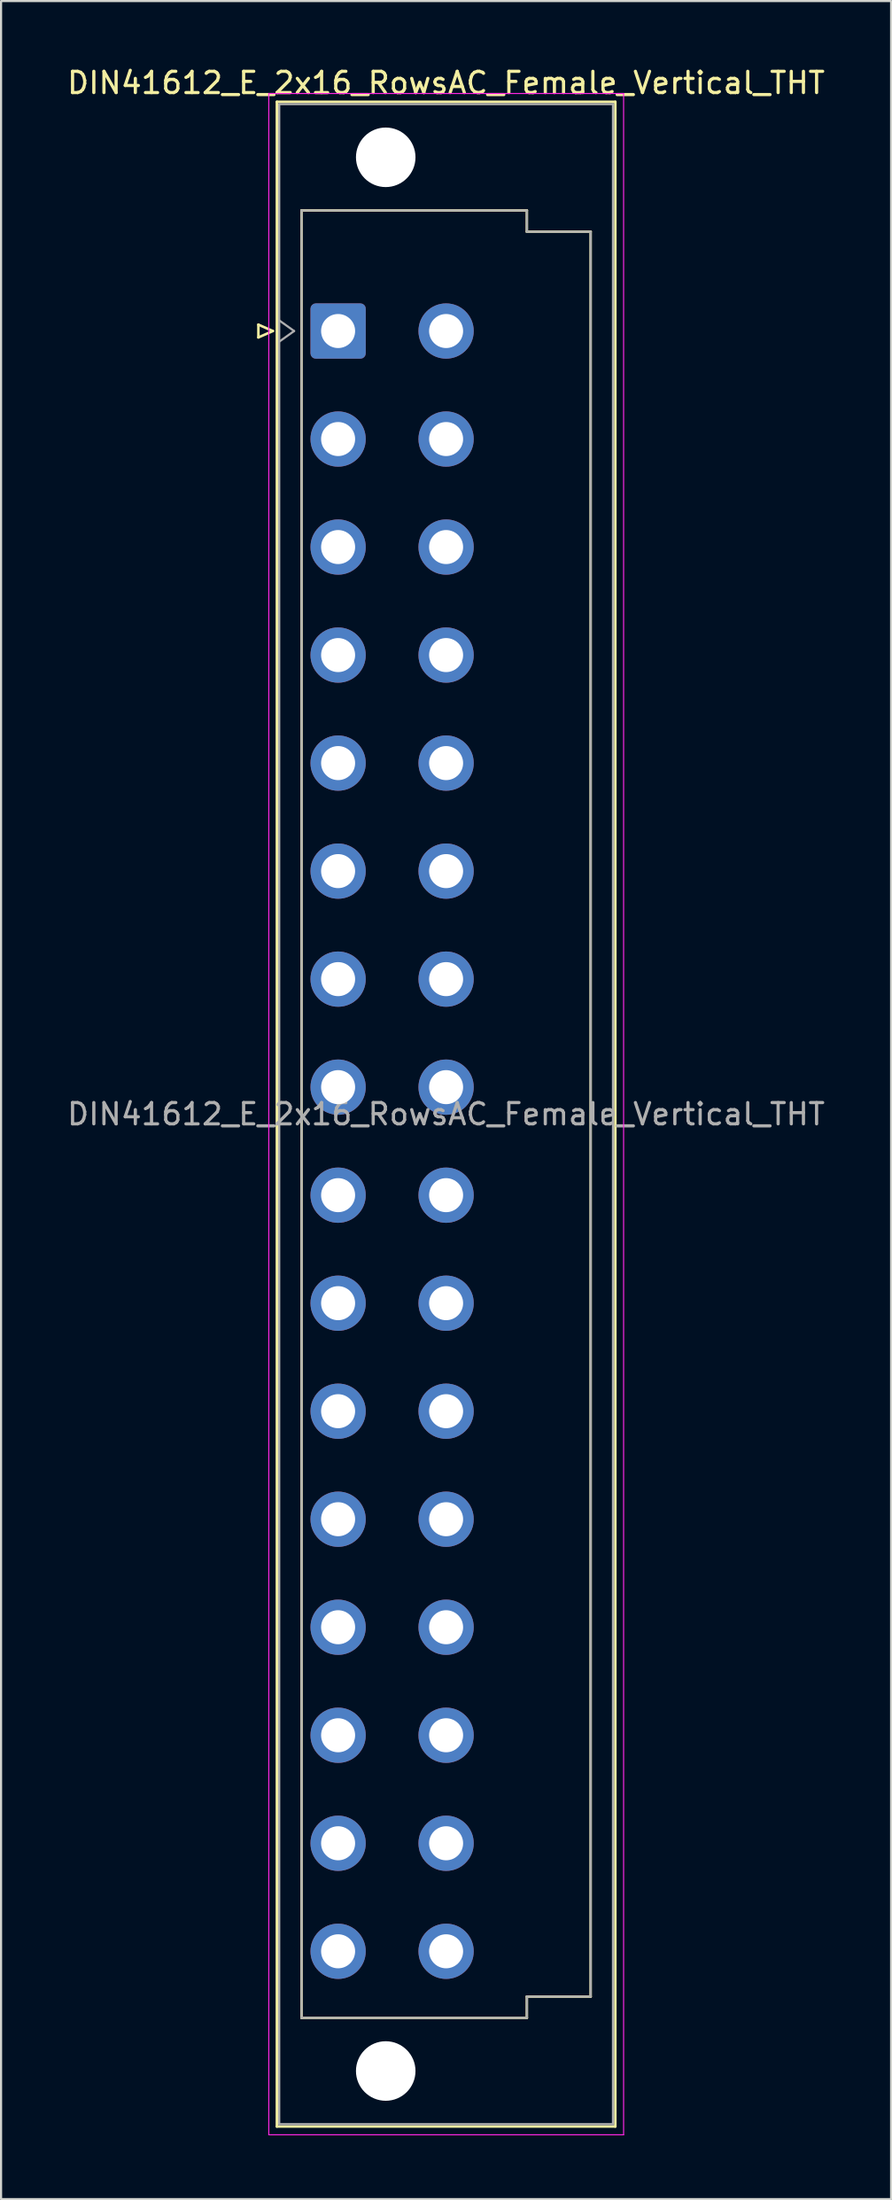
<source format=kicad_pcb>
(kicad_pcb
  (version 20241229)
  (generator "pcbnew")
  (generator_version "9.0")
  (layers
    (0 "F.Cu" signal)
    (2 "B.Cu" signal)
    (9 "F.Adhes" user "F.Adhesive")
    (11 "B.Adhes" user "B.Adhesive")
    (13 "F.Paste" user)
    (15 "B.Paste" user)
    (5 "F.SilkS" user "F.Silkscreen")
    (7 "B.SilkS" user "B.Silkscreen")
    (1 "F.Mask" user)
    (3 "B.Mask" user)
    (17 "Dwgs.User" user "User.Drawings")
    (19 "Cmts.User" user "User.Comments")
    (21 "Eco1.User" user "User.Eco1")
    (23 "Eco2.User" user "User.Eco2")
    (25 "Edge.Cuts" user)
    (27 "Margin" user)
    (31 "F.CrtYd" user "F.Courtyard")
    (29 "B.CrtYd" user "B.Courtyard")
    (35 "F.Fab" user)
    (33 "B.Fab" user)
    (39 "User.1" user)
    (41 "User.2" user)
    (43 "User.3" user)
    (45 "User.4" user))
  (footprint "DIN41612_E_2x16_RowsAC_Female_Vertical_THT"
    (layer "F.Cu")
    (at 12.855 9.978)
    (property "Reference" "DIN41612_E_2x16_RowsAC_Female_Vertical_THT" (at 5.08 -9.13 0) (layer "F.SilkS") (effects (font (size 1 1) (thickness 0.15))))
    (attr through_hole)
    (fp_line (start -3.75 2.24) (end -3.75 2.84) (stroke (width 0.12) (type solid)) (layer "F.SilkS"))
    (fp_line (start -3.75 2.84) (end -3.07 2.54) (stroke (width 0.12) (type solid)) (layer "F.SilkS"))
    (fp_line (start -3.07 2.54) (end -3.75 2.24) (stroke (width 0.12) (type solid)) (layer "F.SilkS"))
    (fp_line (start -2.88 -8.24) (end 13.04 -8.24) (stroke (width 0.12) (type solid)) (layer "F.SilkS"))
    (fp_line (start -2.88 86.98) (end -2.88 -8.24) (stroke (width 0.12) (type solid)) (layer "F.SilkS"))
    (fp_line (start -1.72 -3.131) (end 8.88 -3.131) (stroke (width 0.12) (type solid)) (layer "F.SilkS"))
    (fp_line (start -1.72 81.87) (end -1.72 -3.131) (stroke (width 0.12) (type solid)) (layer "F.SilkS"))
    (fp_line (start 8.88 -3.131) (end 8.88 -2.131) (stroke (width 0.12) (type solid)) (layer "F.SilkS"))
    (fp_line (start 8.88 -2.131) (end 11.88 -2.131) (stroke (width 0.12) (type solid)) (layer "F.SilkS"))
    (fp_line (start 8.88 80.87) (end 8.88 81.87) (stroke (width 0.12) (type solid)) (layer "F.SilkS"))
    (fp_line (start 8.88 81.87) (end -1.72 81.87) (stroke (width 0.12) (type solid)) (layer "F.SilkS"))
    (fp_line (start 11.88 -2.131) (end 11.88 80.87) (stroke (width 0.12) (type solid)) (layer "F.SilkS"))
    (fp_line (start 11.88 80.87) (end 8.88 80.87) (stroke (width 0.12) (type solid)) (layer "F.SilkS"))
    (fp_line (start 13.04 -8.24) (end 13.04 86.98) (stroke (width 0.12) (type solid)) (layer "F.SilkS"))
    (fp_line (start 13.04 86.98) (end -2.88 86.98) (stroke (width 0.12) (type solid)) (layer "F.SilkS"))
    (fp_line (start -3.26 -8.63) (end 13.43 -8.63) (stroke (width 0.05) (type solid)) (layer "F.CrtYd"))
    (fp_line (start -3.26 87.37) (end -3.26 -8.63) (stroke (width 0.05) (type solid)) (layer "F.CrtYd"))
    (fp_line (start 13.43 -8.63) (end 13.43 87.37) (stroke (width 0.05) (type solid)) (layer "F.CrtYd"))
    (fp_line (start 13.43 87.37) (end -3.26 87.37) (stroke (width 0.05) (type solid)) (layer "F.CrtYd"))
    (fp_line (start -2.77 -8.13) (end 12.93 -8.13) (stroke (width 0.1) (type solid)) (layer "F.Fab"))
    (fp_line (start -2.77 2.04) (end -2.07 2.54) (stroke (width 0.1) (type solid)) (layer "F.Fab"))
    (fp_line (start -2.77 86.87) (end -2.77 -8.13) (stroke (width 0.1) (type solid)) (layer "F.Fab"))
    (fp_line (start -2.07 2.54) (end -2.77 3.04) (stroke (width 0.1) (type solid)) (layer "F.Fab"))
    (fp_line (start -1.72 -3.13) (end 8.88 -3.13) (stroke (width 0.1) (type solid)) (layer "F.Fab"))
    (fp_line (start -1.72 81.87) (end -1.72 -3.13) (stroke (width 0.1) (type solid)) (layer "F.Fab"))
    (fp_line (start 8.88 -3.13) (end 8.88 -2.13) (stroke (width 0.1) (type solid)) (layer "F.Fab"))
    (fp_line (start 8.88 -2.13) (end 11.88 -2.13) (stroke (width 0.1) (type solid)) (layer "F.Fab"))
    (fp_line (start 8.88 80.87) (end 8.88 81.87) (stroke (width 0.1) (type solid)) (layer "F.Fab"))
    (fp_line (start 8.88 81.87) (end -1.72 81.87) (stroke (width 0.1) (type solid)) (layer "F.Fab"))
    (fp_line (start 11.88 -2.13) (end 11.88 80.87) (stroke (width 0.1) (type solid)) (layer "F.Fab"))
    (fp_line (start 11.88 80.87) (end 8.88 80.87) (stroke (width 0.1) (type solid)) (layer "F.Fab"))
    (fp_line (start 12.93 -8.13) (end 12.93 86.87) (stroke (width 0.1) (type solid)) (layer "F.Fab"))
    (fp_line (start 12.93 86.87) (end -2.77 86.87) (stroke (width 0.1) (type solid)) (layer "F.Fab"))
    (fp_text user "${REFERENCE}" (at 5.08 39.37 0) (layer "F.Fab") (effects (font (size 1 1) (thickness 0.15))))
    (pad "" np_thru_hole circle (at 2.24 -5.63) (size 2.8 2.8) (drill 2.8) (layers "*.Cu" "*.Mask"))
    (pad "" np_thru_hole circle (at 2.24 84.37) (size 2.8 2.8) (drill 2.8) (layers "*.Cu" "*.Mask"))
    (pad "a2" thru_hole roundrect (at 0 2.54) (size 2.6 2.6) (drill 1.6) (layers "*.Cu" "*.Mask") (roundrect_rratio 0.096))
    (pad "a4" thru_hole circle (at 0 7.62) (size 2.6 2.6) (drill 1.6) (layers "*.Cu" "*.Mask"))
    (pad "a6" thru_hole circle (at 0 12.7) (size 2.6 2.6) (drill 1.6) (layers "*.Cu" "*.Mask"))
    (pad "a8" thru_hole circle (at 0 17.78) (size 2.6 2.6) (drill 1.6) (layers "*.Cu" "*.Mask"))
    (pad "a10" thru_hole circle (at 0 22.86) (size 2.6 2.6) (drill 1.6) (layers "*.Cu" "*.Mask"))
    (pad "a12" thru_hole circle (at 0 27.94) (size 2.6 2.6) (drill 1.6) (layers "*.Cu" "*.Mask"))
    (pad "a14" thru_hole circle (at 0 33.02) (size 2.6 2.6) (drill 1.6) (layers "*.Cu" "*.Mask"))
    (pad "a16" thru_hole circle (at 0 38.1) (size 2.6 2.6) (drill 1.6) (layers "*.Cu" "*.Mask"))
    (pad "a18" thru_hole circle (at 0 43.18) (size 2.6 2.6) (drill 1.6) (layers "*.Cu" "*.Mask"))
    (pad "a20" thru_hole circle (at 0 48.26) (size 2.6 2.6) (drill 1.6) (layers "*.Cu" "*.Mask"))
    (pad "a22" thru_hole circle (at 0 53.34) (size 2.6 2.6) (drill 1.6) (layers "*.Cu" "*.Mask"))
    (pad "a24" thru_hole circle (at 0 58.42) (size 2.6 2.6) (drill 1.6) (layers "*.Cu" "*.Mask"))
    (pad "a26" thru_hole circle (at 0 63.5) (size 2.6 2.6) (drill 1.6) (layers "*.Cu" "*.Mask"))
    (pad "a28" thru_hole circle (at 0 68.58) (size 2.6 2.6) (drill 1.6) (layers "*.Cu" "*.Mask"))
    (pad "a30" thru_hole circle (at 0 73.66) (size 2.6 2.6) (drill 1.6) (layers "*.Cu" "*.Mask"))
    (pad "a32" thru_hole circle (at 0 78.74) (size 2.6 2.6) (drill 1.6) (layers "*.Cu" "*.Mask"))
    (pad "c2" thru_hole circle (at 5.08 2.54) (size 2.6 2.6) (drill 1.6) (layers "*.Cu" "*.Mask"))
    (pad "c4" thru_hole circle (at 5.08 7.62) (size 2.6 2.6) (drill 1.6) (layers "*.Cu" "*.Mask"))
    (pad "c6" thru_hole circle (at 5.08 12.7) (size 2.6 2.6) (drill 1.6) (layers "*.Cu" "*.Mask"))
    (pad "c8" thru_hole circle (at 5.08 17.78) (size 2.6 2.6) (drill 1.6) (layers "*.Cu" "*.Mask"))
    (pad "c10" thru_hole circle (at 5.08 22.86) (size 2.6 2.6) (drill 1.6) (layers "*.Cu" "*.Mask"))
    (pad "c12" thru_hole circle (at 5.08 27.94) (size 2.6 2.6) (drill 1.6) (layers "*.Cu" "*.Mask"))
    (pad "c14" thru_hole circle (at 5.08 33.02) (size 2.6 2.6) (drill 1.6) (layers "*.Cu" "*.Mask"))
    (pad "c16" thru_hole circle (at 5.08 38.1) (size 2.6 2.6) (drill 1.6) (layers "*.Cu" "*.Mask"))
    (pad "c18" thru_hole circle (at 5.08 43.18) (size 2.6 2.6) (drill 1.6) (layers "*.Cu" "*.Mask"))
    (pad "c20" thru_hole circle (at 5.08 48.26) (size 2.6 2.6) (drill 1.6) (layers "*.Cu" "*.Mask"))
    (pad "c22" thru_hole circle (at 5.08 53.34) (size 2.6 2.6) (drill 1.6) (layers "*.Cu" "*.Mask"))
    (pad "c24" thru_hole circle (at 5.08 58.42) (size 2.6 2.6) (drill 1.6) (layers "*.Cu" "*.Mask"))
    (pad "c26" thru_hole circle (at 5.08 63.5) (size 2.6 2.6) (drill 1.6) (layers "*.Cu" "*.Mask"))
    (pad "c28" thru_hole circle (at 5.08 68.58) (size 2.6 2.6) (drill 1.6) (layers "*.Cu" "*.Mask"))
    (pad "c30" thru_hole circle (at 5.08 73.66) (size 2.6 2.6) (drill 1.6) (layers "*.Cu" "*.Mask"))
    (pad "c32" thru_hole circle (at 5.08 78.74) (size 2.6 2.6) (drill 1.6) (layers "*.Cu" "*.Mask")))
  (gr_rect
    (start -3 -3)
    (end 38.869 100.373)
    (stroke (width 0.1) (type default))
    (fill no)
    (layer "Edge.Cuts")))
</source>
